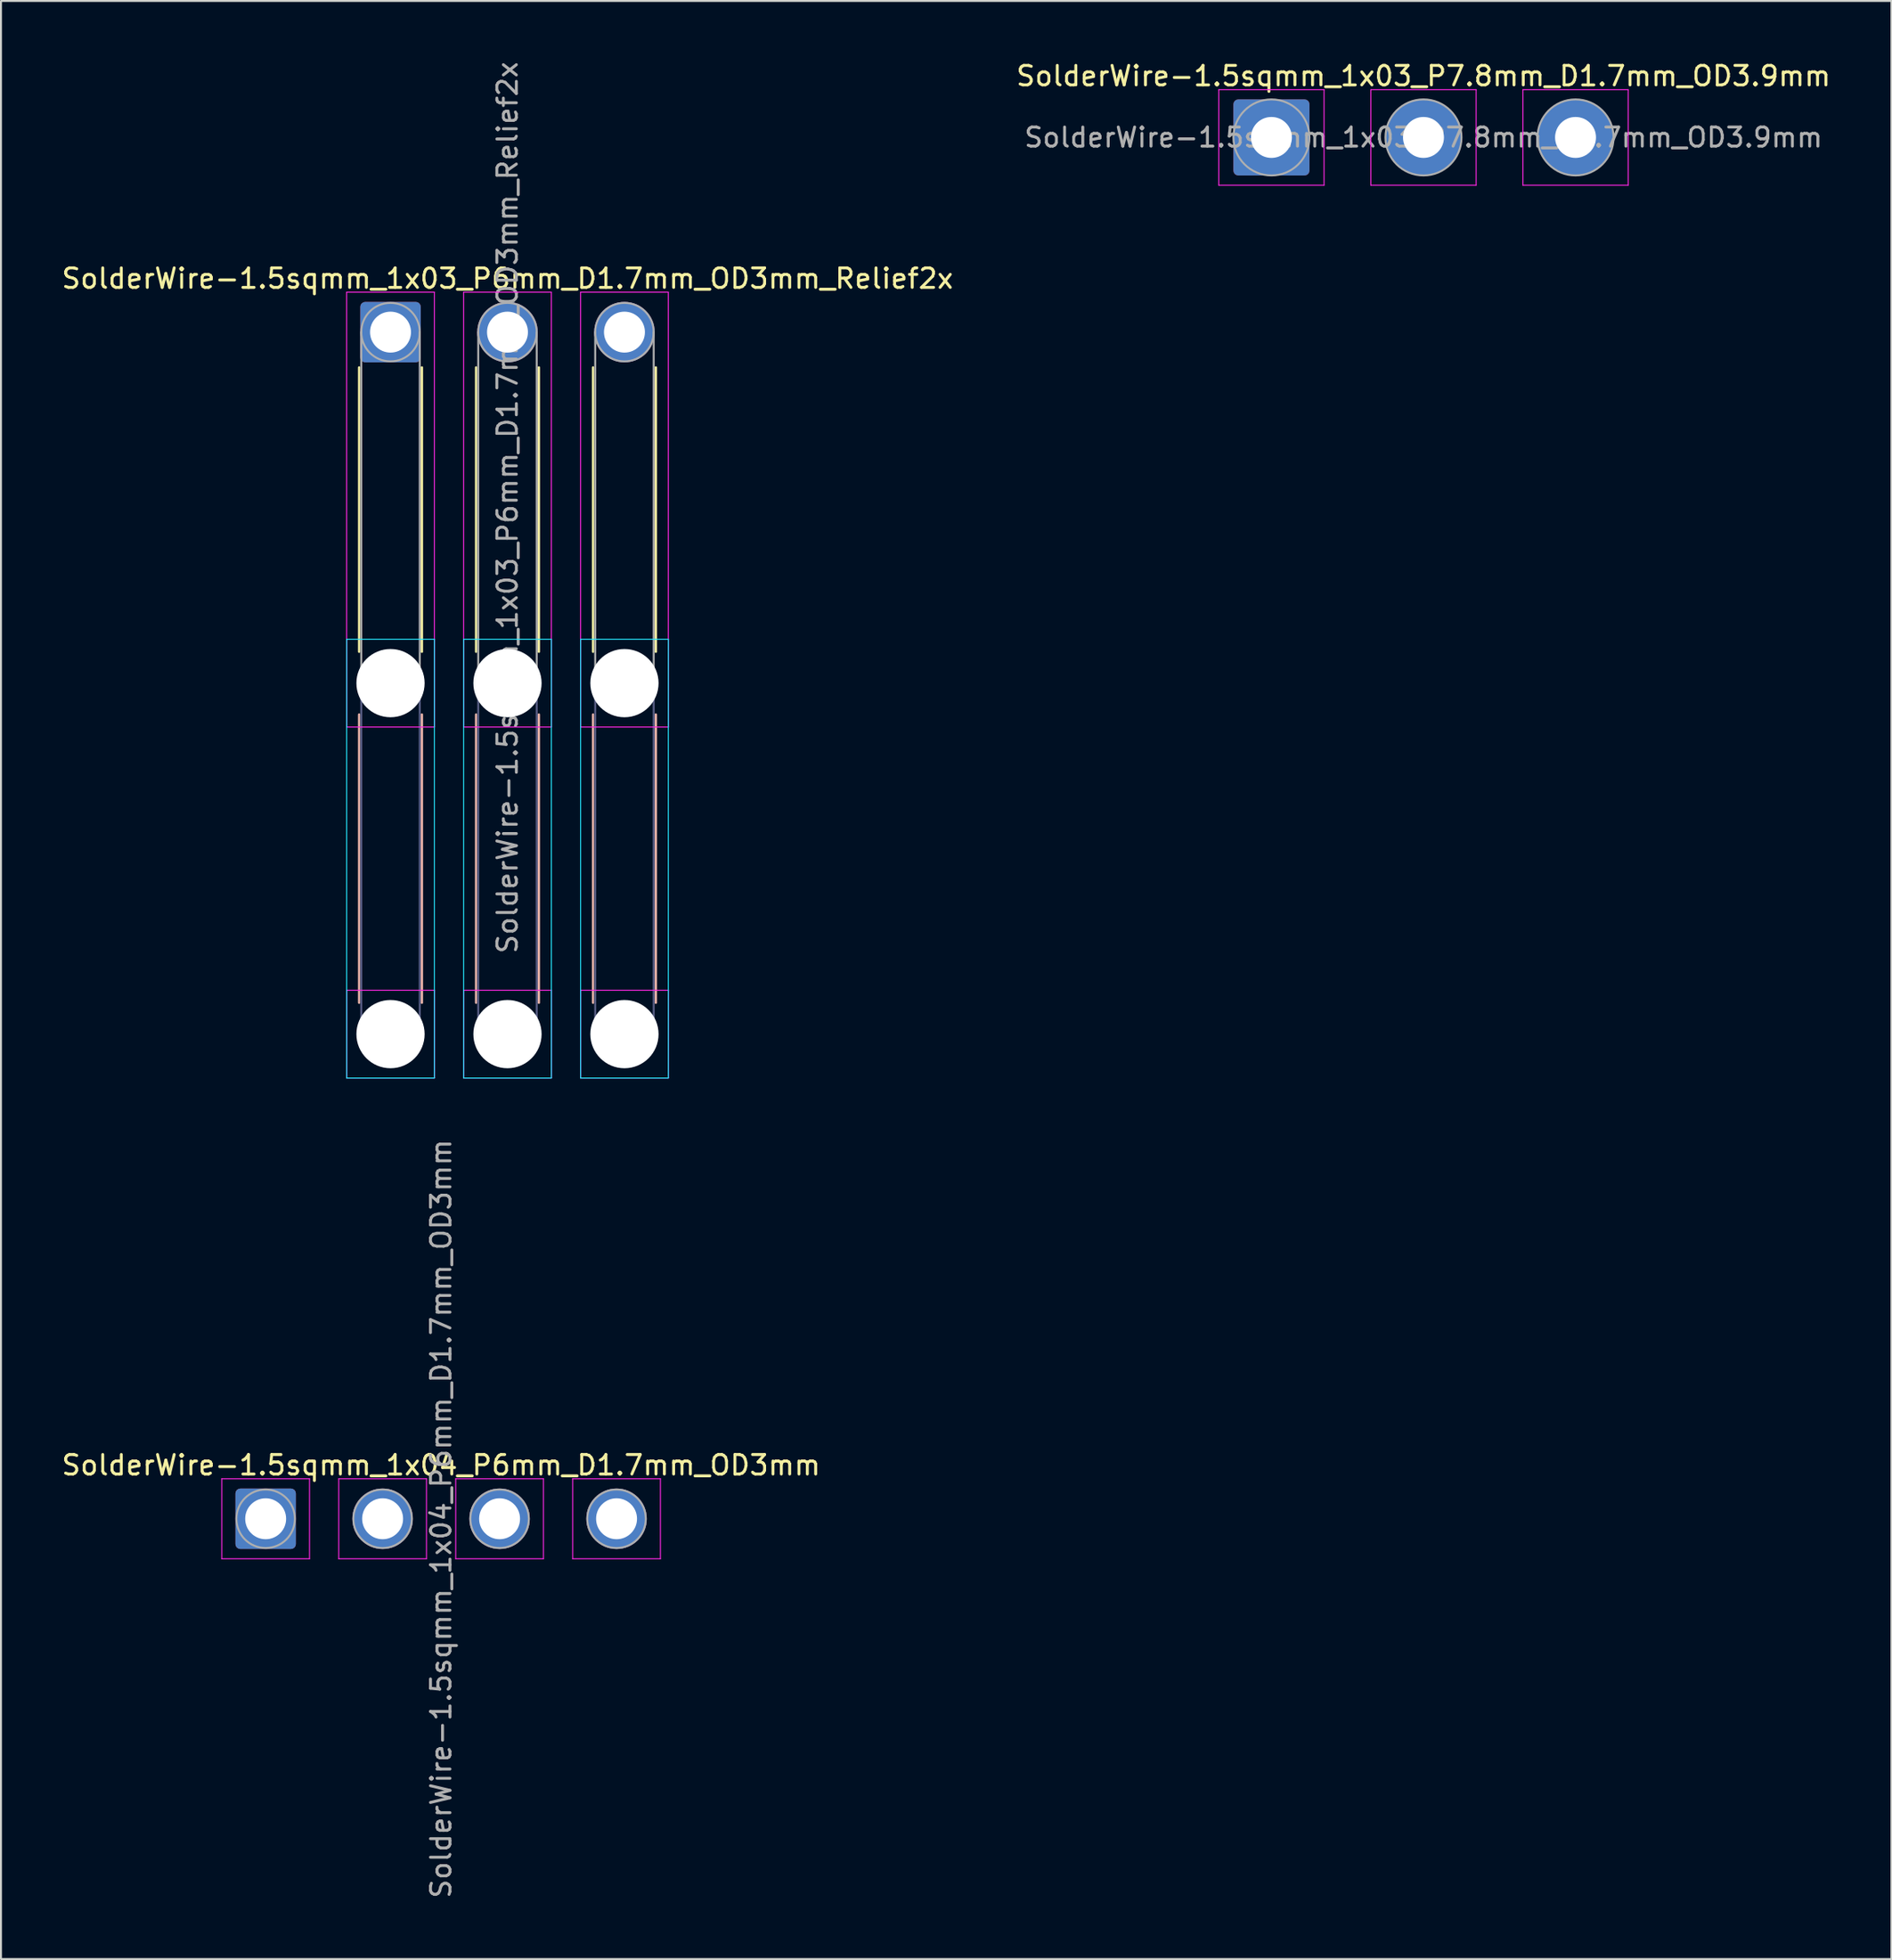
<source format=kicad_pcb>
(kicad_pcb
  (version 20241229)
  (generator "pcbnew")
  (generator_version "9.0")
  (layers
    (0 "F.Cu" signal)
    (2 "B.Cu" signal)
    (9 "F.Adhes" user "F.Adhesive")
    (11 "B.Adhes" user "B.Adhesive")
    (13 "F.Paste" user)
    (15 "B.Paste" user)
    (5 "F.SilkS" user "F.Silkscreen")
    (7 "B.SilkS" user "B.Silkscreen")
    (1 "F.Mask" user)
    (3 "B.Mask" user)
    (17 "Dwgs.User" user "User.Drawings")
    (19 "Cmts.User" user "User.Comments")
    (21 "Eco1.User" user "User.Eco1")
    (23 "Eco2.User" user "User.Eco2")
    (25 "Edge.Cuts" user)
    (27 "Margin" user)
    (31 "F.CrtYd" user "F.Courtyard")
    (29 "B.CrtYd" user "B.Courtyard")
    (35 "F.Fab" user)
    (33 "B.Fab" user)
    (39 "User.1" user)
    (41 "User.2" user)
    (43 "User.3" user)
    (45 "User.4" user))
  (footprint "SolderWire-1.5sqmm_1x04_P6mm_D1.7mm_OD3mm"
    (layer "F.Cu")
    (at 10.577 74.835)
    (property "Reference" "SolderWire-1.5sqmm_1x04_P6mm_D1.7mm_OD3mm" (at 9 -2.75 0) (layer "F.SilkS") (effects (font (size 1 1) (thickness 0.15))))
    (attr exclude_from_pos_files exclude_from_bom)
    (fp_line (start -2.25 -2.05) (end -2.25 2.05) (stroke (width 0.05) (type solid)) (layer "F.CrtYd"))
    (fp_line (start -2.25 2.05) (end 2.25 2.05) (stroke (width 0.05) (type solid)) (layer "F.CrtYd"))
    (fp_line (start 2.25 -2.05) (end -2.25 -2.05) (stroke (width 0.05) (type solid)) (layer "F.CrtYd"))
    (fp_line (start 2.25 2.05) (end 2.25 -2.05) (stroke (width 0.05) (type solid)) (layer "F.CrtYd"))
    (fp_line (start 3.75 -2.05) (end 3.75 2.05) (stroke (width 0.05) (type solid)) (layer "F.CrtYd"))
    (fp_line (start 3.75 2.05) (end 8.25 2.05) (stroke (width 0.05) (type solid)) (layer "F.CrtYd"))
    (fp_line (start 8.25 -2.05) (end 3.75 -2.05) (stroke (width 0.05) (type solid)) (layer "F.CrtYd"))
    (fp_line (start 8.25 2.05) (end 8.25 -2.05) (stroke (width 0.05) (type solid)) (layer "F.CrtYd"))
    (fp_line (start 9.75 -2.05) (end 9.75 2.05) (stroke (width 0.05) (type solid)) (layer "F.CrtYd"))
    (fp_line (start 9.75 2.05) (end 14.25 2.05) (stroke (width 0.05) (type solid)) (layer "F.CrtYd"))
    (fp_line (start 14.25 -2.05) (end 9.75 -2.05) (stroke (width 0.05) (type solid)) (layer "F.CrtYd"))
    (fp_line (start 14.25 2.05) (end 14.25 -2.05) (stroke (width 0.05) (type solid)) (layer "F.CrtYd"))
    (fp_line (start 15.75 -2.05) (end 15.75 2.05) (stroke (width 0.05) (type solid)) (layer "F.CrtYd"))
    (fp_line (start 15.75 2.05) (end 20.25 2.05) (stroke (width 0.05) (type solid)) (layer "F.CrtYd"))
    (fp_line (start 20.25 -2.05) (end 15.75 -2.05) (stroke (width 0.05) (type solid)) (layer "F.CrtYd"))
    (fp_line (start 20.25 2.05) (end 20.25 -2.05) (stroke (width 0.05) (type solid)) (layer "F.CrtYd"))
    (fp_circle (center 0 0) (end 1.5 0) (stroke (width 0.1) (type solid)) (fill no) (layer "F.Fab"))
    (fp_circle (center 6 0) (end 7.5 0) (stroke (width 0.1) (type solid)) (fill no) (layer "F.Fab"))
    (fp_circle (center 12 0) (end 13.5 0) (stroke (width 0.1) (type solid)) (fill no) (layer "F.Fab"))
    (fp_circle (center 18 0) (end 19.5 0) (stroke (width 0.1) (type solid)) (fill no) (layer "F.Fab"))
    (fp_text user "${REFERENCE}" (at 9 0 90) (layer "F.Fab") (effects (font (size 1 1) (thickness 0.15))))
    (pad "1" thru_hole roundrect (at 0 0) (size 3.1 3.1) (drill 2.1) (layers "*.Cu" "*.Mask") (roundrect_rratio 0.081))
    (pad "2" thru_hole circle (at 6 0) (size 3.1 3.1) (drill 2.1) (layers "*.Cu" "*.Mask"))
    (pad "3" thru_hole circle (at 12 0) (size 3.1 3.1) (drill 2.1) (layers "*.Cu" "*.Mask"))
    (pad "4" thru_hole circle (at 18 0) (size 3.1 3.1) (drill 2.1) (layers "*.Cu" "*.Mask")))
  (footprint "SolderWire-1.5sqmm_1x03_P7.8mm_D1.7mm_OD3.9mm"
    (layer "F.Cu")
    (at 62.17 3.998)
    (property "Reference" "SolderWire-1.5sqmm_1x03_P7.8mm_D1.7mm_OD3.9mm" (at 7.8 -3.15 0) (layer "F.SilkS") (effects (font (size 1 1) (thickness 0.15))))
    (attr exclude_from_pos_files exclude_from_bom)
    (fp_line (start -2.7 -2.45) (end -2.7 2.45) (stroke (width 0.05) (type solid)) (layer "F.CrtYd"))
    (fp_line (start -2.7 2.45) (end 2.7 2.45) (stroke (width 0.05) (type solid)) (layer "F.CrtYd"))
    (fp_line (start 2.7 -2.45) (end -2.7 -2.45) (stroke (width 0.05) (type solid)) (layer "F.CrtYd"))
    (fp_line (start 2.7 2.45) (end 2.7 -2.45) (stroke (width 0.05) (type solid)) (layer "F.CrtYd"))
    (fp_line (start 5.1 -2.45) (end 5.1 2.45) (stroke (width 0.05) (type solid)) (layer "F.CrtYd"))
    (fp_line (start 5.1 2.45) (end 10.5 2.45) (stroke (width 0.05) (type solid)) (layer "F.CrtYd"))
    (fp_line (start 10.5 -2.45) (end 5.1 -2.45) (stroke (width 0.05) (type solid)) (layer "F.CrtYd"))
    (fp_line (start 10.5 2.45) (end 10.5 -2.45) (stroke (width 0.05) (type solid)) (layer "F.CrtYd"))
    (fp_line (start 12.9 -2.45) (end 12.9 2.45) (stroke (width 0.05) (type solid)) (layer "F.CrtYd"))
    (fp_line (start 12.9 2.45) (end 18.3 2.45) (stroke (width 0.05) (type solid)) (layer "F.CrtYd"))
    (fp_line (start 18.3 -2.45) (end 12.9 -2.45) (stroke (width 0.05) (type solid)) (layer "F.CrtYd"))
    (fp_line (start 18.3 2.45) (end 18.3 -2.45) (stroke (width 0.05) (type solid)) (layer "F.CrtYd"))
    (fp_circle (center 0 0) (end 1.95 0) (stroke (width 0.1) (type solid)) (fill no) (layer "F.Fab"))
    (fp_circle (center 7.8 0) (end 9.75 0) (stroke (width 0.1) (type solid)) (fill no) (layer "F.Fab"))
    (fp_circle (center 15.6 0) (end 17.55 0) (stroke (width 0.1) (type solid)) (fill no) (layer "F.Fab"))
    (fp_text user "${REFERENCE}" (at 7.8 0 0) (layer "F.Fab") (effects (font (size 0.98 0.98) (thickness 0.15))))
    (pad "1" thru_hole roundrect (at 0 0) (size 3.9 3.9) (drill 2.1) (layers "*.Cu" "*.Mask") (roundrect_rratio 0.064))
    (pad "2" thru_hole circle (at 7.8 0) (size 3.9 3.9) (drill 2.1) (layers "*.Cu" "*.Mask"))
    (pad "3" thru_hole circle (at 15.6 0) (size 3.9 3.9) (drill 2.1) (layers "*.Cu" "*.Mask")))
  (footprint "SolderWire-1.5sqmm_1x03_P6mm_D1.7mm_OD3mm_Relief2x"
    (layer "F.Cu")
    (at 16.982 13.982)
    (property "Reference" "SolderWire-1.5sqmm_1x03_P6mm_D1.7mm_OD3mm_Relief2x" (at 6 -2.75 0) (layer "F.SilkS") (effects (font (size 1 1) (thickness 0.15))))
    (attr exclude_from_pos_files exclude_from_bom)
    (fp_line (start -1.61 1.81) (end -1.61 16.39) (stroke (width 0.12) (type solid)) (layer "F.SilkS"))
    (fp_line (start 1.61 1.81) (end 1.61 16.39) (stroke (width 0.12) (type solid)) (layer "F.SilkS"))
    (fp_line (start 4.39 1.81) (end 4.39 16.39) (stroke (width 0.12) (type solid)) (layer "F.SilkS"))
    (fp_line (start 7.61 1.81) (end 7.61 16.39) (stroke (width 0.12) (type solid)) (layer "F.SilkS"))
    (fp_line (start 10.39 1.81) (end 10.39 16.39) (stroke (width 0.12) (type solid)) (layer "F.SilkS"))
    (fp_line (start 13.61 1.81) (end 13.61 16.39) (stroke (width 0.12) (type solid)) (layer "F.SilkS"))
    (fp_line (start -1.61 19.61) (end -1.61 34.39) (stroke (width 0.12) (type solid)) (layer "B.SilkS"))
    (fp_line (start 1.61 19.61) (end 1.61 34.39) (stroke (width 0.12) (type solid)) (layer "B.SilkS"))
    (fp_line (start 4.39 19.61) (end 4.39 34.39) (stroke (width 0.12) (type solid)) (layer "B.SilkS"))
    (fp_line (start 7.61 19.61) (end 7.61 34.39) (stroke (width 0.12) (type solid)) (layer "B.SilkS"))
    (fp_line (start 10.39 19.61) (end 10.39 34.39) (stroke (width 0.12) (type solid)) (layer "B.SilkS"))
    (fp_line (start 13.61 19.61) (end 13.61 34.39) (stroke (width 0.12) (type solid)) (layer "B.SilkS"))
    (fp_line (start -2.25 15.75) (end -2.25 38.25) (stroke (width 0.05) (type solid)) (layer "B.CrtYd"))
    (fp_line (start -2.25 38.25) (end 2.25 38.25) (stroke (width 0.05) (type solid)) (layer "B.CrtYd"))
    (fp_line (start 2.25 15.75) (end -2.25 15.75) (stroke (width 0.05) (type solid)) (layer "B.CrtYd"))
    (fp_line (start 2.25 38.25) (end 2.25 15.75) (stroke (width 0.05) (type solid)) (layer "B.CrtYd"))
    (fp_line (start 3.75 15.75) (end 3.75 38.25) (stroke (width 0.05) (type solid)) (layer "B.CrtYd"))
    (fp_line (start 3.75 38.25) (end 8.25 38.25) (stroke (width 0.05) (type solid)) (layer "B.CrtYd"))
    (fp_line (start 8.25 15.75) (end 3.75 15.75) (stroke (width 0.05) (type solid)) (layer "B.CrtYd"))
    (fp_line (start 8.25 38.25) (end 8.25 15.75) (stroke (width 0.05) (type solid)) (layer "B.CrtYd"))
    (fp_line (start 9.75 15.75) (end 9.75 38.25) (stroke (width 0.05) (type solid)) (layer "B.CrtYd"))
    (fp_line (start 9.75 38.25) (end 14.25 38.25) (stroke (width 0.05) (type solid)) (layer "B.CrtYd"))
    (fp_line (start 14.25 15.75) (end 9.75 15.75) (stroke (width 0.05) (type solid)) (layer "B.CrtYd"))
    (fp_line (start 14.25 38.25) (end 14.25 15.75) (stroke (width 0.05) (type solid)) (layer "B.CrtYd"))
    (fp_line (start -2.25 -2.05) (end -2.25 20.25) (stroke (width 0.05) (type solid)) (layer "F.CrtYd"))
    (fp_line (start -2.25 20.25) (end 2.25 20.25) (stroke (width 0.05) (type solid)) (layer "F.CrtYd"))
    (fp_line (start -2.25 33.75) (end -2.25 38.25) (stroke (width 0.05) (type solid)) (layer "F.CrtYd"))
    (fp_line (start -2.25 38.25) (end 2.25 38.25) (stroke (width 0.05) (type solid)) (layer "F.CrtYd"))
    (fp_line (start 2.25 -2.05) (end -2.25 -2.05) (stroke (width 0.05) (type solid)) (layer "F.CrtYd"))
    (fp_line (start 2.25 20.25) (end 2.25 -2.05) (stroke (width 0.05) (type solid)) (layer "F.CrtYd"))
    (fp_line (start 2.25 33.75) (end -2.25 33.75) (stroke (width 0.05) (type solid)) (layer "F.CrtYd"))
    (fp_line (start 2.25 38.25) (end 2.25 33.75) (stroke (width 0.05) (type solid)) (layer "F.CrtYd"))
    (fp_line (start 3.75 -2.05) (end 3.75 20.25) (stroke (width 0.05) (type solid)) (layer "F.CrtYd"))
    (fp_line (start 3.75 20.25) (end 8.25 20.25) (stroke (width 0.05) (type solid)) (layer "F.CrtYd"))
    (fp_line (start 3.75 33.75) (end 3.75 38.25) (stroke (width 0.05) (type solid)) (layer "F.CrtYd"))
    (fp_line (start 3.75 38.25) (end 8.25 38.25) (stroke (width 0.05) (type solid)) (layer "F.CrtYd"))
    (fp_line (start 8.25 -2.05) (end 3.75 -2.05) (stroke (width 0.05) (type solid)) (layer "F.CrtYd"))
    (fp_line (start 8.25 20.25) (end 8.25 -2.05) (stroke (width 0.05) (type solid)) (layer "F.CrtYd"))
    (fp_line (start 8.25 33.75) (end 3.75 33.75) (stroke (width 0.05) (type solid)) (layer "F.CrtYd"))
    (fp_line (start 8.25 38.25) (end 8.25 33.75) (stroke (width 0.05) (type solid)) (layer "F.CrtYd"))
    (fp_line (start 9.75 -2.05) (end 9.75 20.25) (stroke (width 0.05) (type solid)) (layer "F.CrtYd"))
    (fp_line (start 9.75 20.25) (end 14.25 20.25) (stroke (width 0.05) (type solid)) (layer "F.CrtYd"))
    (fp_line (start 9.75 33.75) (end 9.75 38.25) (stroke (width 0.05) (type solid)) (layer "F.CrtYd"))
    (fp_line (start 9.75 38.25) (end 14.25 38.25) (stroke (width 0.05) (type solid)) (layer "F.CrtYd"))
    (fp_line (start 14.25 -2.05) (end 9.75 -2.05) (stroke (width 0.05) (type solid)) (layer "F.CrtYd"))
    (fp_line (start 14.25 20.25) (end 14.25 -2.05) (stroke (width 0.05) (type solid)) (layer "F.CrtYd"))
    (fp_line (start 14.25 33.75) (end 9.75 33.75) (stroke (width 0.05) (type solid)) (layer "F.CrtYd"))
    (fp_line (start 14.25 38.25) (end 14.25 33.75) (stroke (width 0.05) (type solid)) (layer "F.CrtYd"))
    (fp_line (start -1.5 18) (end -1.5 36) (stroke (width 0.1) (type solid)) (layer "B.Fab"))
    (fp_line (start 1.5 18) (end 1.5 36) (stroke (width 0.1) (type solid)) (layer "B.Fab"))
    (fp_line (start 4.5 18) (end 4.5 36) (stroke (width 0.1) (type solid)) (layer "B.Fab"))
    (fp_line (start 7.5 18) (end 7.5 36) (stroke (width 0.1) (type solid)) (layer "B.Fab"))
    (fp_line (start 10.5 18) (end 10.5 36) (stroke (width 0.1) (type solid)) (layer "B.Fab"))
    (fp_line (start 13.5 18) (end 13.5 36) (stroke (width 0.1) (type solid)) (layer "B.Fab"))
    (fp_circle (center 0 18) (end 1.5 18) (stroke (width 0.1) (type solid)) (fill no) (layer "B.Fab"))
    (fp_circle (center 0 36) (end 1.5 36) (stroke (width 0.1) (type solid)) (fill no) (layer "B.Fab"))
    (fp_circle (center 6 18) (end 7.5 18) (stroke (width 0.1) (type solid)) (fill no) (layer "B.Fab"))
    (fp_circle (center 6 36) (end 7.5 36) (stroke (width 0.1) (type solid)) (fill no) (layer "B.Fab"))
    (fp_circle (center 12 18) (end 13.5 18) (stroke (width 0.1) (type solid)) (fill no) (layer "B.Fab"))
    (fp_circle (center 12 36) (end 13.5 36) (stroke (width 0.1) (type solid)) (fill no) (layer "B.Fab"))
    (fp_line (start -1.5 0) (end -1.5 18) (stroke (width 0.1) (type solid)) (layer "F.Fab"))
    (fp_line (start 1.5 0) (end 1.5 18) (stroke (width 0.1) (type solid)) (layer "F.Fab"))
    (fp_line (start 4.5 0) (end 4.5 18) (stroke (width 0.1) (type solid)) (layer "F.Fab"))
    (fp_line (start 7.5 0) (end 7.5 18) (stroke (width 0.1) (type solid)) (layer "F.Fab"))
    (fp_line (start 10.5 0) (end 10.5 18) (stroke (width 0.1) (type solid)) (layer "F.Fab"))
    (fp_line (start 13.5 0) (end 13.5 18) (stroke (width 0.1) (type solid)) (layer "F.Fab"))
    (fp_circle (center 0 0) (end 1.5 0) (stroke (width 0.1) (type solid)) (fill no) (layer "F.Fab"))
    (fp_circle (center 0 18) (end 1.5 18) (stroke (width 0.1) (type solid)) (fill no) (layer "F.Fab"))
    (fp_circle (center 0 36) (end 1.5 36) (stroke (width 0.1) (type solid)) (fill no) (layer "F.Fab"))
    (fp_circle (center 6 0) (end 7.5 0) (stroke (width 0.1) (type solid)) (fill no) (layer "F.Fab"))
    (fp_circle (center 6 18) (end 7.5 18) (stroke (width 0.1) (type solid)) (fill no) (layer "F.Fab"))
    (fp_circle (center 6 36) (end 7.5 36) (stroke (width 0.1) (type solid)) (fill no) (layer "F.Fab"))
    (fp_circle (center 12 0) (end 13.5 0) (stroke (width 0.1) (type solid)) (fill no) (layer "F.Fab"))
    (fp_circle (center 12 18) (end 13.5 18) (stroke (width 0.1) (type solid)) (fill no) (layer "F.Fab"))
    (fp_circle (center 12 36) (end 13.5 36) (stroke (width 0.1) (type solid)) (fill no) (layer "F.Fab"))
    (fp_text user "${REFERENCE}" (at 6 9 90) (layer "F.Fab") (effects (font (size 1 1) (thickness 0.15))))
    (pad "" np_thru_hole circle (at 0 18) (size 3.5 3.5) (drill 3.5) (layers "*.Cu" "*.Mask"))
    (pad "" np_thru_hole circle (at 0 36) (size 3.5 3.5) (drill 3.5) (layers "*.Cu" "*.Mask"))
    (pad "" np_thru_hole circle (at 6 18) (size 3.5 3.5) (drill 3.5) (layers "*.Cu" "*.Mask"))
    (pad "" np_thru_hole circle (at 6 36) (size 3.5 3.5) (drill 3.5) (layers "*.Cu" "*.Mask"))
    (pad "" np_thru_hole circle (at 12 18) (size 3.5 3.5) (drill 3.5) (layers "*.Cu" "*.Mask"))
    (pad "" np_thru_hole circle (at 12 36) (size 3.5 3.5) (drill 3.5) (layers "*.Cu" "*.Mask"))
    (pad "1" thru_hole roundrect (at 0 0) (size 3.1 3.1) (drill 2.1) (layers "*.Cu" "*.Mask") (roundrect_rratio 0.081))
    (pad "2" thru_hole circle (at 6 0) (size 3.1 3.1) (drill 2.1) (layers "*.Cu" "*.Mask"))
    (pad "3" thru_hole circle (at 12 0) (size 3.1 3.1) (drill 2.1) (layers "*.Cu" "*.Mask")))
  (gr_rect
    (start -3 -3)
    (end 93.976 97.412)
    (stroke (width 0.1) (type default))
    (fill no)
    (layer "Edge.Cuts")))
</source>
